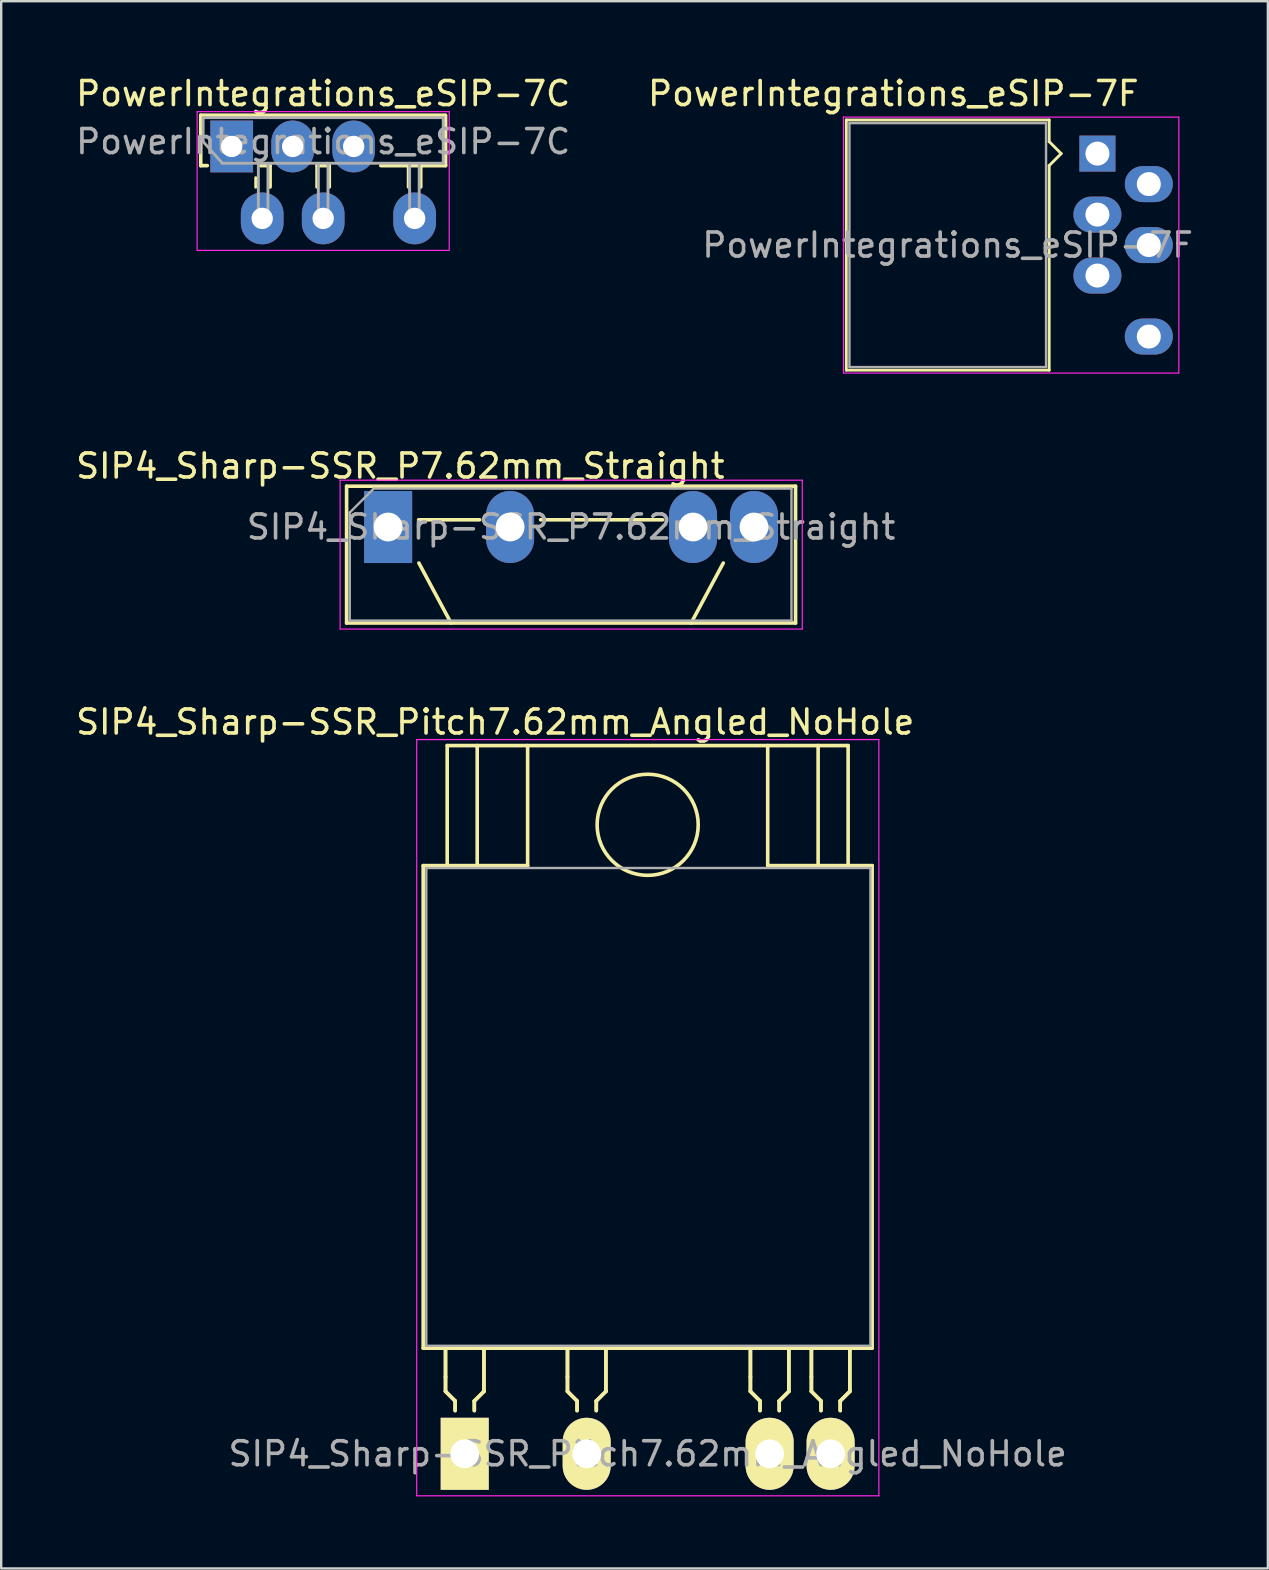
<source format=kicad_pcb>
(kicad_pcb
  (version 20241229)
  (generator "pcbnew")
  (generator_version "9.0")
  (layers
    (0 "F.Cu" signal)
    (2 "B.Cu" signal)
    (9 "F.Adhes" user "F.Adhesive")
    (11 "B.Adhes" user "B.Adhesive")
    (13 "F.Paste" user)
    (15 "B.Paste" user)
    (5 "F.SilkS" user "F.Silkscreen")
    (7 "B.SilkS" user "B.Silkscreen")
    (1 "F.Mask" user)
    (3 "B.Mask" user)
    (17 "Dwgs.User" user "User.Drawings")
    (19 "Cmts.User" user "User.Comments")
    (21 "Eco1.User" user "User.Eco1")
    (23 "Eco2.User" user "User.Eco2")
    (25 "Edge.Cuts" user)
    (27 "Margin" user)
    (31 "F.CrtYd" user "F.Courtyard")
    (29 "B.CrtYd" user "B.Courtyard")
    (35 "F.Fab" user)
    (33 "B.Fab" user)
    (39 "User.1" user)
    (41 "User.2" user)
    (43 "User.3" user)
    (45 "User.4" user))
  (footprint "SIP4_Sharp-SSR_Pitch7.62mm_Angled_NoHole"
    (layer "F.Cu")
    (at 16.307 57.505)
    (property "Reference" "SIP4_Sharp-SSR_Pitch7.62mm_Angled_NoHole" (at 1.27 -30.48 0) (layer "F.SilkS") (effects (font (size 1 1) (thickness 0.15))))
    (attr through_hole)
    (fp_line (start -1.73 -24.5) (end 2.62 -24.5) (stroke (width 0.15) (type solid)) (layer "F.SilkS"))
    (fp_line (start -1.73 -4.4) (end -1.73 -24.5) (stroke (width 0.15) (type solid)) (layer "F.SilkS"))
    (fp_line (start -0.8 -3.2) (end -0.8 -4.4) (stroke (width 0.15) (type solid)) (layer "F.SilkS"))
    (fp_line (start -0.8 -3.2) (end -0.8 -4.4) (stroke (width 0.15) (type solid)) (layer "F.SilkS"))
    (fp_line (start -0.8 -2.6) (end -0.8 -3.2) (stroke (width 0.15) (type solid)) (layer "F.SilkS"))
    (fp_line (start -0.8 -2.6) (end -0.8 -3.2) (stroke (width 0.15) (type solid)) (layer "F.SilkS"))
    (fp_line (start -0.73 -29.5) (end 15.97 -29.5) (stroke (width 0.15) (type solid)) (layer "F.SilkS"))
    (fp_line (start -0.73 -24.5) (end -0.73 -29.5) (stroke (width 0.15) (type solid)) (layer "F.SilkS"))
    (fp_line (start -0.4 -2.2) (end -0.8 -2.6) (stroke (width 0.15) (type solid)) (layer "F.SilkS"))
    (fp_line (start -0.4 -2.2) (end -0.8 -2.6) (stroke (width 0.15) (type solid)) (layer "F.SilkS"))
    (fp_line (start -0.4 -2.2) (end -0.4 -1.8) (stroke (width 0.15) (type solid)) (layer "F.SilkS"))
    (fp_line (start -0.4 -2.2) (end -0.4 -1.8) (stroke (width 0.15) (type solid)) (layer "F.SilkS"))
    (fp_line (start 0.4 -2.2) (end 0.8 -2.6) (stroke (width 0.15) (type solid)) (layer "F.SilkS"))
    (fp_line (start 0.4 -2.2) (end 0.8 -2.6) (stroke (width 0.15) (type solid)) (layer "F.SilkS"))
    (fp_line (start 0.4 -1.8) (end 0.4 -2.2) (stroke (width 0.15) (type solid)) (layer "F.SilkS"))
    (fp_line (start 0.4 -1.8) (end 0.4 -2.2) (stroke (width 0.15) (type solid)) (layer "F.SilkS"))
    (fp_line (start 0.52 -24.5) (end 0.52 -29.5) (stroke (width 0.15) (type solid)) (layer "F.SilkS"))
    (fp_line (start 0.8 -2.6) (end 0.8 -4.4) (stroke (width 0.15) (type solid)) (layer "F.SilkS"))
    (fp_line (start 0.8 -2.6) (end 0.8 -4.4) (stroke (width 0.15) (type solid)) (layer "F.SilkS"))
    (fp_line (start 2.62 -29.5) (end 2.62 -24.5) (stroke (width 0.15) (type solid)) (layer "F.SilkS"))
    (fp_line (start 4.28 -3.2) (end 4.28 -4.4) (stroke (width 0.15) (type solid)) (layer "F.SilkS"))
    (fp_line (start 4.28 -3.2) (end 4.28 -4.4) (stroke (width 0.15) (type solid)) (layer "F.SilkS"))
    (fp_line (start 4.28 -2.6) (end 4.28 -3.2) (stroke (width 0.15) (type solid)) (layer "F.SilkS"))
    (fp_line (start 4.28 -2.6) (end 4.28 -3.2) (stroke (width 0.15) (type solid)) (layer "F.SilkS"))
    (fp_line (start 4.68 -2.2) (end 4.28 -2.6) (stroke (width 0.15) (type solid)) (layer "F.SilkS"))
    (fp_line (start 4.68 -2.2) (end 4.28 -2.6) (stroke (width 0.15) (type solid)) (layer "F.SilkS"))
    (fp_line (start 4.68 -2.2) (end 4.68 -1.8) (stroke (width 0.15) (type solid)) (layer "F.SilkS"))
    (fp_line (start 4.68 -2.2) (end 4.68 -1.8) (stroke (width 0.15) (type solid)) (layer "F.SilkS"))
    (fp_line (start 5.48 -2.2) (end 5.88 -2.6) (stroke (width 0.15) (type solid)) (layer "F.SilkS"))
    (fp_line (start 5.48 -2.2) (end 5.88 -2.6) (stroke (width 0.15) (type solid)) (layer "F.SilkS"))
    (fp_line (start 5.48 -1.8) (end 5.48 -2.2) (stroke (width 0.15) (type solid)) (layer "F.SilkS"))
    (fp_line (start 5.48 -1.8) (end 5.48 -2.2) (stroke (width 0.15) (type solid)) (layer "F.SilkS"))
    (fp_line (start 5.88 -2.6) (end 5.88 -4.4) (stroke (width 0.15) (type solid)) (layer "F.SilkS"))
    (fp_line (start 5.88 -2.6) (end 5.88 -4.4) (stroke (width 0.15) (type solid)) (layer "F.SilkS"))
    (fp_line (start 11.9 -3.2) (end 11.9 -4.4) (stroke (width 0.15) (type solid)) (layer "F.SilkS"))
    (fp_line (start 11.9 -3.2) (end 11.9 -4.4) (stroke (width 0.15) (type solid)) (layer "F.SilkS"))
    (fp_line (start 11.9 -2.6) (end 11.9 -3.2) (stroke (width 0.15) (type solid)) (layer "F.SilkS"))
    (fp_line (start 11.9 -2.6) (end 11.9 -3.2) (stroke (width 0.15) (type solid)) (layer "F.SilkS"))
    (fp_line (start 12.3 -2.2) (end 11.9 -2.6) (stroke (width 0.15) (type solid)) (layer "F.SilkS"))
    (fp_line (start 12.3 -2.2) (end 11.9 -2.6) (stroke (width 0.15) (type solid)) (layer "F.SilkS"))
    (fp_line (start 12.3 -2.2) (end 12.3 -1.8) (stroke (width 0.15) (type solid)) (layer "F.SilkS"))
    (fp_line (start 12.3 -2.2) (end 12.3 -1.8) (stroke (width 0.15) (type solid)) (layer "F.SilkS"))
    (fp_line (start 12.62 -29.5) (end 12.62 -24.5) (stroke (width 0.15) (type solid)) (layer "F.SilkS"))
    (fp_line (start 12.62 -24.5) (end 16.97 -24.5) (stroke (width 0.15) (type solid)) (layer "F.SilkS"))
    (fp_line (start 13.1 -2.2) (end 13.5 -2.6) (stroke (width 0.15) (type solid)) (layer "F.SilkS"))
    (fp_line (start 13.1 -2.2) (end 13.5 -2.6) (stroke (width 0.15) (type solid)) (layer "F.SilkS"))
    (fp_line (start 13.1 -1.8) (end 13.1 -2.2) (stroke (width 0.15) (type solid)) (layer "F.SilkS"))
    (fp_line (start 13.1 -1.8) (end 13.1 -2.2) (stroke (width 0.15) (type solid)) (layer "F.SilkS"))
    (fp_line (start 13.5 -2.6) (end 13.5 -4.4) (stroke (width 0.15) (type solid)) (layer "F.SilkS"))
    (fp_line (start 13.5 -2.6) (end 13.5 -4.4) (stroke (width 0.15) (type solid)) (layer "F.SilkS"))
    (fp_line (start 14.44 -3.2) (end 14.44 -4.4) (stroke (width 0.15) (type solid)) (layer "F.SilkS"))
    (fp_line (start 14.44 -3.2) (end 14.44 -4.4) (stroke (width 0.15) (type solid)) (layer "F.SilkS"))
    (fp_line (start 14.44 -2.6) (end 14.44 -3.2) (stroke (width 0.15) (type solid)) (layer "F.SilkS"))
    (fp_line (start 14.44 -2.6) (end 14.44 -3.2) (stroke (width 0.15) (type solid)) (layer "F.SilkS"))
    (fp_line (start 14.72 -24.5) (end 14.72 -29.5) (stroke (width 0.15) (type solid)) (layer "F.SilkS"))
    (fp_line (start 14.84 -2.2) (end 14.44 -2.6) (stroke (width 0.15) (type solid)) (layer "F.SilkS"))
    (fp_line (start 14.84 -2.2) (end 14.44 -2.6) (stroke (width 0.15) (type solid)) (layer "F.SilkS"))
    (fp_line (start 14.84 -2.2) (end 14.84 -1.8) (stroke (width 0.15) (type solid)) (layer "F.SilkS"))
    (fp_line (start 14.84 -2.2) (end 14.84 -1.8) (stroke (width 0.15) (type solid)) (layer "F.SilkS"))
    (fp_line (start 15.64 -2.2) (end 16.04 -2.6) (stroke (width 0.15) (type solid)) (layer "F.SilkS"))
    (fp_line (start 15.64 -2.2) (end 16.04 -2.6) (stroke (width 0.15) (type solid)) (layer "F.SilkS"))
    (fp_line (start 15.64 -1.8) (end 15.64 -2.2) (stroke (width 0.15) (type solid)) (layer "F.SilkS"))
    (fp_line (start 15.64 -1.8) (end 15.64 -2.2) (stroke (width 0.15) (type solid)) (layer "F.SilkS"))
    (fp_line (start 15.97 -24.5) (end 15.97 -29.5) (stroke (width 0.15) (type solid)) (layer "F.SilkS"))
    (fp_line (start 16.04 -2.6) (end 16.04 -4.4) (stroke (width 0.15) (type solid)) (layer "F.SilkS"))
    (fp_line (start 16.04 -2.6) (end 16.04 -4.4) (stroke (width 0.15) (type solid)) (layer "F.SilkS"))
    (fp_line (start 16.97 -24.5) (end 16.97 -4.4) (stroke (width 0.15) (type solid)) (layer "F.SilkS"))
    (fp_line (start 16.97 -4.4) (end -1.73 -4.4) (stroke (width 0.15) (type solid)) (layer "F.SilkS"))
    (fp_circle (center 7.62 -26.2) (end 9.35 -27.4) (stroke (width 0.15) (type solid)) (fill no) (layer "F.SilkS"))
    (fp_line (start -2 -29.75) (end 17.25 -29.75) (stroke (width 0.05) (type solid)) (layer "F.CrtYd"))
    (fp_line (start -2 1.75) (end -2 -29.75) (stroke (width 0.05) (type solid)) (layer "F.CrtYd"))
    (fp_line (start 17.25 -29.75) (end 17.25 1.75) (stroke (width 0.05) (type solid)) (layer "F.CrtYd"))
    (fp_line (start 17.25 1.75) (end -2 1.75) (stroke (width 0.05) (type solid)) (layer "F.CrtYd"))
    (fp_line (start -1.6 -24.4) (end 16.9 -24.4) (stroke (width 0.1) (type solid)) (layer "F.Fab"))
    (fp_line (start -1.6 -4.5) (end -1.6 -24.4) (stroke (width 0.1) (type solid)) (layer "F.Fab"))
    (fp_line (start 16.9 -24.4) (end 16.9 -4.5) (stroke (width 0.1) (type solid)) (layer "F.Fab"))
    (fp_line (start 16.9 -4.5) (end -1.6 -4.5) (stroke (width 0.1) (type solid)) (layer "F.Fab"))
    (fp_text user "${REFERENCE}" (at 7.62 0 0) (layer "F.Fab") (effects (font (size 1 1) (thickness 0.15))))
    (pad "1" thru_hole rect (at 0 0) (size 2 3) (drill 1.2) (layers "*.Cu" "*.Mask" "F.SilkS"))
    (pad "2" thru_hole oval (at 5.08 0) (size 2 3) (drill 1.2) (layers "*.Cu" "*.Mask" "F.SilkS"))
    (pad "3" thru_hole oval (at 12.7 0) (size 2 3) (drill 1.2) (layers "*.Cu" "*.Mask" "F.SilkS"))
    (pad "4" thru_hole oval (at 15.24 0) (size 2 3) (drill 1.2) (layers "*.Cu" "*.Mask" "F.SilkS")))
  (footprint "PowerIntegrations_eSIP-7F"
    (layer "F.Cu")
    (at 42.661 3.348)
    (property "Reference" "PowerIntegrations_eSIP-7F" (at -8.5 -2.5 0) (layer "F.SilkS") (effects (font (size 1 1) (thickness 0.15))))
    (attr through_hole)
    (fp_line (start -10.46 -1.4) (end -2.01 -1.4) (stroke (width 0.12) (type solid)) (layer "F.SilkS"))
    (fp_line (start -10.46 9.02) (end -10.46 -1.4) (stroke (width 0.12) (type solid)) (layer "F.SilkS"))
    (fp_line (start -2.01 -0.5) (end -2.01 -1.4) (stroke (width 0.12) (type solid)) (layer "F.SilkS"))
    (fp_line (start -2.01 0.5) (end -2.01 9.02) (stroke (width 0.12) (type solid)) (layer "F.SilkS"))
    (fp_line (start -2.01 0.5) (end -1.51 0) (stroke (width 0.12) (type solid)) (layer "F.SilkS"))
    (fp_line (start -2.01 9.02) (end -10.46 9.02) (stroke (width 0.12) (type solid)) (layer "F.SilkS"))
    (fp_line (start -1.51 0) (end -2.01 -0.5) (stroke (width 0.12) (type solid)) (layer "F.SilkS"))
    (fp_line (start -10.58 -1.52) (end 3.39 -1.52) (stroke (width 0.05) (type solid)) (layer "F.CrtYd"))
    (fp_line (start -10.58 9.14) (end -10.58 -1.52) (stroke (width 0.05) (type solid)) (layer "F.CrtYd"))
    (fp_line (start 3.39 -1.52) (end 3.39 9.14) (stroke (width 0.05) (type solid)) (layer "F.CrtYd"))
    (fp_line (start 3.39 9.14) (end -10.58 9.14) (stroke (width 0.05) (type solid)) (layer "F.CrtYd"))
    (fp_line (start -10.33 -1.27) (end -2.14 -1.27) (stroke (width 0.1) (type solid)) (layer "F.Fab"))
    (fp_line (start -10.33 8.89) (end -10.33 -1.27) (stroke (width 0.1) (type solid)) (layer "F.Fab"))
    (fp_line (start -2.14 -1.27) (end -2.14 8.89) (stroke (width 0.1) (type solid)) (layer "F.Fab"))
    (fp_line (start -2.14 8.89) (end -10.33 8.89) (stroke (width 0.1) (type solid)) (layer "F.Fab"))
    (fp_text user "${REFERENCE}" (at -6.24 3.81 0) (layer "F.Fab") (effects (font (size 1 1) (thickness 0.15))))
    (pad "1" thru_hole rect (at 0 0) (size 1.5 1.5) (drill 1) (layers "*.Cu" "*.Mask"))
    (pad "2" thru_hole oval (at 2.14 1.27) (size 2 1.5) (drill 1) (layers "*.Cu" "*.Mask"))
    (pad "3" thru_hole oval (at 0 2.54) (size 2 1.5) (drill 1) (layers "*.Cu" "*.Mask"))
    (pad "4" thru_hole oval (at 2.14 3.81) (size 2 1.5) (drill 1) (layers "*.Cu" "*.Mask"))
    (pad "5" thru_hole oval (at 0 5.08) (size 2 1.5) (drill 1) (layers "*.Cu" "*.Mask"))
    (pad "7" thru_hole oval (at 2.14 7.62) (size 2 1.5) (drill 1) (layers "*.Cu" "*.Mask")))
  (footprint "SIP4_Sharp-SSR_P7.62mm_Straight"
    (layer "F.Cu")
    (at 13.117 18.901)
    (property "Reference" "SIP4_Sharp-SSR_P7.62mm_Straight" (at 0.508 -2.54 0) (layer "F.SilkS") (effects (font (size 1 1) (thickness 0.15))))
    (attr through_hole)
    (fp_line (start -1.73 -1.7) (end 16.97 -1.7) (stroke (width 0.15) (type solid)) (layer "F.SilkS"))
    (fp_line (start -1.73 4) (end -1.73 -1.7) (stroke (width 0.15) (type solid)) (layer "F.SilkS"))
    (fp_line (start 1.27 -0.3) (end 3.81 -0.3) (stroke (width 0.15) (type solid)) (layer "F.SilkS"))
    (fp_line (start 2.62 4) (end 1.28 1.5) (stroke (width 0.15) (type solid)) (layer "F.SilkS"))
    (fp_line (start 6.35 -0.3) (end 11.43 -0.3) (stroke (width 0.15) (type solid)) (layer "F.SilkS"))
    (fp_line (start 12.62 4) (end 13.96 1.5) (stroke (width 0.15) (type solid)) (layer "F.SilkS"))
    (fp_line (start 16.97 -1.7) (end 16.97 4) (stroke (width 0.15) (type solid)) (layer "F.SilkS"))
    (fp_line (start 16.97 4) (end -1.73 4) (stroke (width 0.15) (type solid)) (layer "F.SilkS"))
    (fp_line (start -2 -1.95) (end 17.25 -1.95) (stroke (width 0.05) (type solid)) (layer "F.CrtYd"))
    (fp_line (start -2 4.25) (end -2 -1.95) (stroke (width 0.05) (type solid)) (layer "F.CrtYd"))
    (fp_line (start 17.25 -1.95) (end 17.25 4.25) (stroke (width 0.05) (type solid)) (layer "F.CrtYd"))
    (fp_line (start 17.25 4.25) (end -2 4.25) (stroke (width 0.05) (type solid)) (layer "F.CrtYd"))
    (fp_line (start -1.6 -0.6) (end -1.6 3.9) (stroke (width 0.1) (type solid)) (layer "F.Fab"))
    (fp_line (start -1.6 3.9) (end 16.8 3.9) (stroke (width 0.1) (type solid)) (layer "F.Fab"))
    (fp_line (start -0.6 -1.6) (end -1.6 -0.6) (stroke (width 0.1) (type solid)) (layer "F.Fab"))
    (fp_line (start 16.8 -1.6) (end -0.6 -1.6) (stroke (width 0.1) (type solid)) (layer "F.Fab"))
    (fp_line (start 16.8 3.9) (end 16.8 -1.6) (stroke (width 0.1) (type solid)) (layer "F.Fab"))
    (fp_text user "${REFERENCE}" (at 7.62 0 0) (layer "F.Fab") (effects (font (size 1 1) (thickness 0.15))))
    (pad "1" thru_hole rect (at 0 0) (size 2 3) (drill 1.2) (layers "*.Cu" "*.Mask"))
    (pad "2" thru_hole oval (at 5.08 0) (size 2 3) (drill 1.2) (layers "*.Cu" "*.Mask"))
    (pad "3" thru_hole oval (at 12.7 0) (size 2 3) (drill 1.2) (layers "*.Cu" "*.Mask"))
    (pad "4" thru_hole oval (at 15.24 0) (size 2 3) (drill 1.2) (layers "*.Cu" "*.Mask")))
  (footprint "PowerIntegrations_eSIP-7C"
    (layer "F.Cu")
    (at 6.601 3.05)
    (property "Reference" "PowerIntegrations_eSIP-7C" (at 3.81 -2.201 0) (layer "F.SilkS") (effects (font (size 1 1) (thickness 0.15))))
    (attr through_hole)
    (fp_line (start -1.29 -1.301) (end 8.87 -1.301) (stroke (width 0.15) (type solid)) (layer "F.SilkS"))
    (fp_line (start -1.29 0.799) (end -1.29 -1.301) (stroke (width 0.15) (type solid)) (layer "F.SilkS"))
    (fp_line (start -1.016 0.799) (end -1.29 0.799) (stroke (width 0.15) (type solid)) (layer "F.SilkS"))
    (fp_line (start 1 1.7) (end 1 1.3) (stroke (width 0.12) (type solid)) (layer "F.SilkS"))
    (fp_line (start 1.6 0.8) (end 1.2 0.8) (stroke (width 0.15) (type solid)) (layer "F.SilkS"))
    (fp_line (start 1.6 0.8) (end 1.6 1.689) (stroke (width 0.15) (type solid)) (layer "F.SilkS"))
    (fp_line (start 3.556 0.8) (end 3.556 1.689) (stroke (width 0.15) (type solid)) (layer "F.SilkS"))
    (fp_line (start 4.064 0.8) (end 3.556 0.8) (stroke (width 0.15) (type solid)) (layer "F.SilkS"))
    (fp_line (start 4.064 0.8) (end 4.064 1.689) (stroke (width 0.15) (type solid)) (layer "F.SilkS"))
    (fp_line (start 7.366 1.689) (end 7.366 0.8) (stroke (width 0.15) (type solid)) (layer "F.SilkS"))
    (fp_line (start 7.874 1.689) (end 7.874 0.8) (stroke (width 0.15) (type solid)) (layer "F.SilkS"))
    (fp_line (start 8.91 0.799) (end 6.21 0.799) (stroke (width 0.15) (type solid)) (layer "F.SilkS"))
    (fp_line (start 8.91 0.799) (end 8.91 -1.301) (stroke (width 0.15) (type solid)) (layer "F.SilkS"))
    (fp_line (start -1.44 -1.45) (end -1.44 4.33) (stroke (width 0.05) (type solid)) (layer "F.CrtYd"))
    (fp_line (start -1.44 -1.45) (end 9.06 -1.45) (stroke (width 0.05) (type solid)) (layer "F.CrtYd"))
    (fp_line (start 9.06 4.33) (end -1.44 4.33) (stroke (width 0.05) (type solid)) (layer "F.CrtYd"))
    (fp_line (start 9.06 4.33) (end 9.06 -1.45) (stroke (width 0.05) (type solid)) (layer "F.CrtYd"))
    (fp_line (start -1.19 -1.201) (end 8.81 -1.201) (stroke (width 0.12) (type solid)) (layer "F.Fab"))
    (fp_line (start -1.19 -0.201) (end -1.19 -1.201) (stroke (width 0.12) (type solid)) (layer "F.Fab"))
    (fp_line (start -0.39 0.699) (end -1.19 -0.201) (stroke (width 0.12) (type solid)) (layer "F.Fab"))
    (fp_line (start 1.11 0.699) (end 1.11 2.999) (stroke (width 0.12) (type solid)) (layer "F.Fab"))
    (fp_line (start 1.11 2.999) (end 1.51 2.999) (stroke (width 0.12) (type solid)) (layer "F.Fab"))
    (fp_line (start 1.51 2.999) (end 1.51 0.699) (stroke (width 0.12) (type solid)) (layer "F.Fab"))
    (fp_line (start 3.61 0.699) (end 3.61 2.999) (stroke (width 0.12) (type solid)) (layer "F.Fab"))
    (fp_line (start 3.61 2.999) (end 4.01 2.999) (stroke (width 0.12) (type solid)) (layer "F.Fab"))
    (fp_line (start 4.01 2.999) (end 4.01 0.699) (stroke (width 0.12) (type solid)) (layer "F.Fab"))
    (fp_line (start 7.41 0.699) (end 7.41 2.999) (stroke (width 0.12) (type solid)) (layer "F.Fab"))
    (fp_line (start 7.41 2.999) (end 7.81 2.999) (stroke (width 0.12) (type solid)) (layer "F.Fab"))
    (fp_line (start 7.81 2.999) (end 7.81 0.699) (stroke (width 0.12) (type solid)) (layer "F.Fab"))
    (fp_line (start 8.81 -1.201) (end 8.81 0.699) (stroke (width 0.12) (type solid)) (layer "F.Fab"))
    (fp_line (start 8.81 0.699) (end -0.39 0.699) (stroke (width 0.12) (type solid)) (layer "F.Fab"))
    (fp_text user "${REFERENCE}" (at 3.81 -0.201 0) (layer "F.Fab") (effects (font (size 1 1) (thickness 0.15))))
    (pad "1" thru_hole rect (at 0 0) (size 1.778 2.159) (drill 0.889) (layers "*.Cu" "*.Mask"))
    (pad "2" thru_hole oval (at 1.27 2.997) (size 1.778 2.159) (drill 0.889) (layers "*.Cu" "*.Mask"))
    (pad "3" thru_hole oval (at 2.54 0) (size 1.778 2.159) (drill 0.889) (layers "*.Cu" "*.Mask"))
    (pad "4" thru_hole oval (at 3.81 2.997) (size 1.778 2.159) (drill 0.889) (layers "*.Cu" "*.Mask"))
    (pad "5" thru_hole oval (at 5.08 0) (size 1.778 2.159) (drill 0.889) (layers "*.Cu" "*.Mask"))
    (pad "7" thru_hole oval (at 7.62 2.997) (size 1.778 2.159) (drill 0.889) (layers "*.Cu" "*.Mask")))
  (gr_rect
    (start -3 -3)
    (end 49.76 62.28)
    (stroke (width 0.1) (type default))
    (fill no)
    (layer "Edge.Cuts")))
</source>
